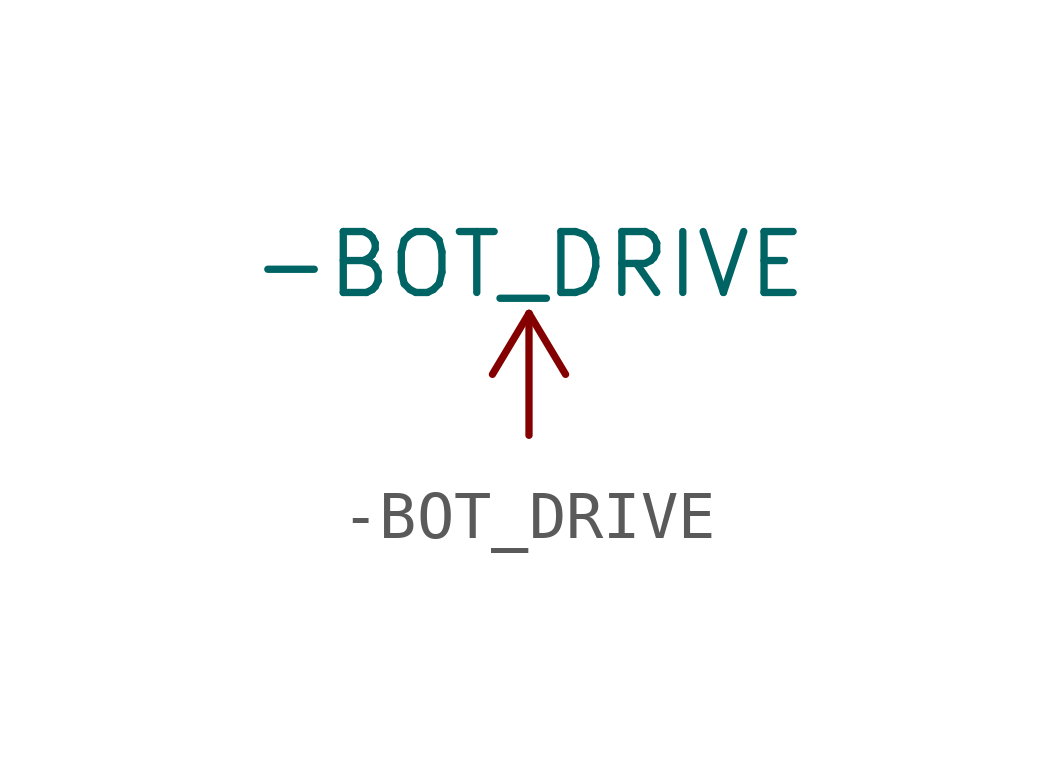
<source format=kicad_sym>
(kicad_symbol_lib
  (version 20211014)
  (generator kicad_symbol_editor)
  (symbol "-BOT_DRIVE"
    (power)
    (pin_names
      (offset 0))
    (property "Reference" "#PWR"
      (at 0 -3.81 0)
      (effects (font (size 1.27 1.27)) hide))
    (property "Value" "-BOT_DRIVE"
      (at 0 3.556 0)
      (effects (font (size 1.27 1.27))))
    (symbol "-BOT_DRIVE_0_1"
      (polyline (pts (xy -0.762 1.27) (xy 0 2.54)) (stroke (width 0) (type default) (color 0 0 0 0)) (fill (type none)))
      (polyline (pts (xy 0 0) (xy 0 2.54)) (stroke (width 0) (type default) (color 0 0 0 0)) (fill (type none)))
      (polyline (pts (xy 0 2.54) (xy 0.762 1.27)) (stroke (width 0) (type default) (color 0 0 0 0)) (fill (type none))))
    (symbol "-BOT_DRIVE_1_1"
      (pin power_in line (at 0 0 90) (length 0) hide (name "-BOT_DRIVE" (effects (font (size 1.27 1.27)))) (number "1" (effects (font (size 1.27 1.27))))))))
</source>
